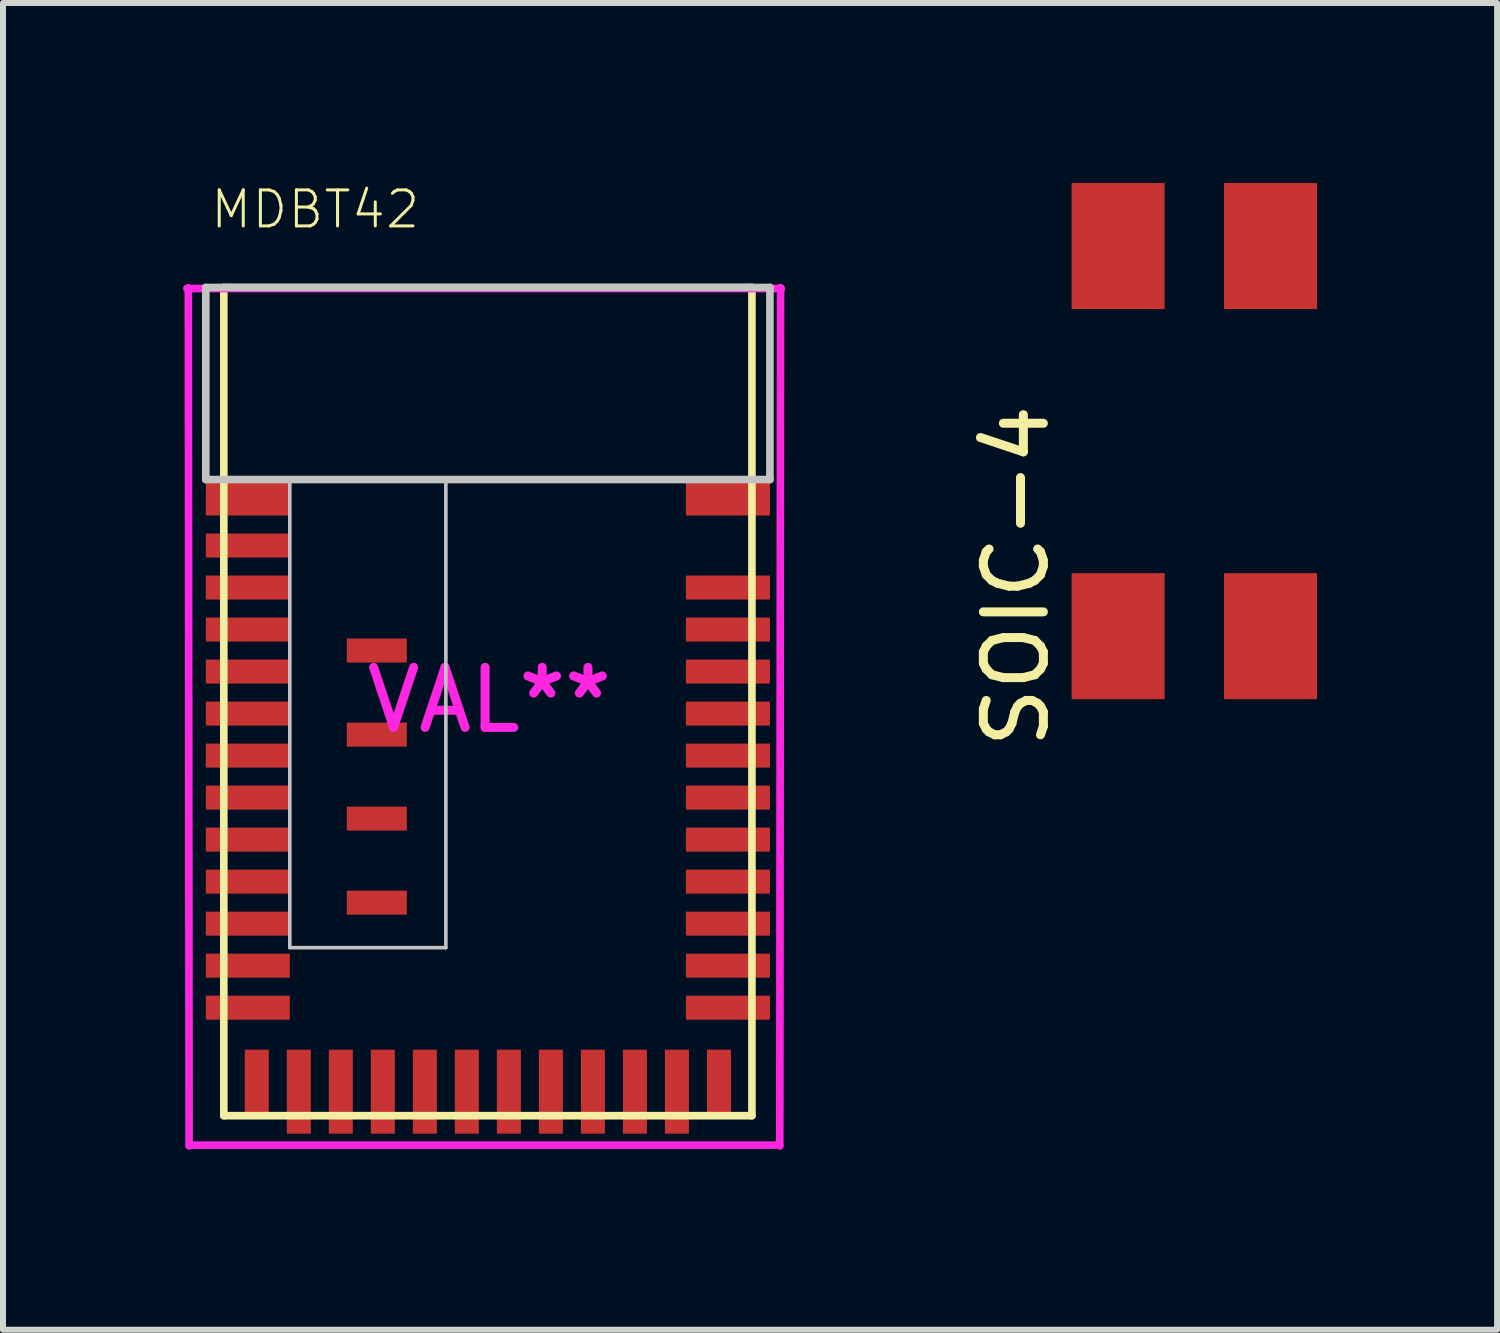
<source format=kicad_pcb>
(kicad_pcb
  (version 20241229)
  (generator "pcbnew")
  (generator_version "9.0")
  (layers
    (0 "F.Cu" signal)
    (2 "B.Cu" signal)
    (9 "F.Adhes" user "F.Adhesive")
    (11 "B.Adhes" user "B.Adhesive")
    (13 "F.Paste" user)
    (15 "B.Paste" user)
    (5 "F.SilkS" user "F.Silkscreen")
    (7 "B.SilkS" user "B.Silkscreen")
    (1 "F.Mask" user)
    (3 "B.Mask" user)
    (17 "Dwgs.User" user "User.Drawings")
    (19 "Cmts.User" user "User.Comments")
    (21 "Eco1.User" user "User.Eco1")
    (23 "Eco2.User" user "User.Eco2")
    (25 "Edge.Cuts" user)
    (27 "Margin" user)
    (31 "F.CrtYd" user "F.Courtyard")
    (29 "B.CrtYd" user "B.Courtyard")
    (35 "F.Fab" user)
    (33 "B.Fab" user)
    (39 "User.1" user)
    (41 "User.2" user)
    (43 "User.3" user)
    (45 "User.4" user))
  (footprint "MDBT42"
    (layer "F.Cu")
    (at 5.079 8.64)
    (property "Reference" "MDBT42" (at -2.876 -8.201 0) (layer "F.SilkS") (effects (font (size 0.6 0.6) (thickness 0.05))))
    (attr smd)
    (fp_line (start -4.4 -6.9) (end 4.4 -6.9) (stroke (width 0.127) (type solid)) (layer "F.SilkS"))
    (fp_line (start -4.4 6.9) (end -4.4 -6.9) (stroke (width 0.127) (type solid)) (layer "F.SilkS"))
    (fp_line (start -4.4 6.9) (end 4.4 6.9) (stroke (width 0.127) (type solid)) (layer "F.SilkS"))
    (fp_line (start 4.4 6.9) (end 4.4 -6.9) (stroke (width 0.127) (type solid)) (layer "F.SilkS"))
    (fp_line (start -4.7 -6.9) (end 4.7 -6.9) (stroke (width 0.127) (type solid)) (layer "Dwgs.User"))
    (fp_line (start -4.7 -3.7) (end -4.7 -6.9) (stroke (width 0.127) (type solid)) (layer "Dwgs.User"))
    (fp_line (start -4.7 -3.7) (end 4.7 -3.7) (stroke (width 0.127) (type solid)) (layer "Dwgs.User"))
    (fp_line (start -3.3 -3.7) (end -0.7 -3.7) (stroke (width 0.06) (type solid)) (layer "Dwgs.User"))
    (fp_line (start -3.3 4.1) (end -3.3 -3.7) (stroke (width 0.06) (type solid)) (layer "Dwgs.User"))
    (fp_line (start -0.7 -3.7) (end -0.7 4.1) (stroke (width 0.06) (type solid)) (layer "Dwgs.User"))
    (fp_line (start -0.7 4.1) (end -3.3 4.1) (stroke (width 0.06) (type solid)) (layer "Dwgs.User"))
    (fp_line (start 4.7 -6.9) (end 4.7 -3.7) (stroke (width 0.127) (type solid)) (layer "Dwgs.User"))
    (fp_line (start -5.015 -6.883) (end 4.889 -6.883) (stroke (width 0.127) (type solid)) (layer "F.CrtYd"))
    (fp_line (start -4.978 7.391) (end 4.864 7.391) (stroke (width 0.127) (type solid)) (layer "F.CrtYd"))
    (fp_line (start -4.978 7.404) (end -4.991 -6.896) (stroke (width 0.127) (type solid)) (layer "F.CrtYd"))
    (fp_line (start 4.864 7.404) (end 4.877 -6.896) (stroke (width 0.127) (type solid)) (layer "F.CrtYd"))
    (fp_text user "VAL**" (at 0.025 -0.025 0) (layer "F.CrtYd") (effects (font (size 1 1) (thickness 0.15))))
    (pad "1" smd rect (at -4 -3.4) (size 1.4 0.6) (layers "F.Cu" "F.Mask" "F.Paste"))
    (pad "2" smd rect (at -4 -2.6) (size 1.4 0.4) (layers "F.Cu" "F.Mask" "F.Paste"))
    (pad "3" smd rect (at -4 -1.9) (size 1.4 0.4) (layers "F.Cu" "F.Mask" "F.Paste"))
    (pad "4" smd rect (at -4 -1.2) (size 1.4 0.4) (layers "F.Cu" "F.Mask" "F.Paste"))
    (pad "5" smd rect (at -4 -0.5) (size 1.4 0.4) (layers "F.Cu" "F.Mask" "F.Paste"))
    (pad "6" smd rect (at -4 0.2) (size 1.4 0.4) (layers "F.Cu" "F.Mask" "F.Paste"))
    (pad "7" smd rect (at -4 0.9) (size 1.4 0.4) (layers "F.Cu" "F.Mask" "F.Paste"))
    (pad "8" smd rect (at -4 1.6) (size 1.4 0.4) (layers "F.Cu" "F.Mask" "F.Paste"))
    (pad "9" smd rect (at -4 2.3) (size 1.4 0.4) (layers "F.Cu" "F.Mask" "F.Paste"))
    (pad "10" smd rect (at -4 3) (size 1.4 0.4) (layers "F.Cu" "F.Mask" "F.Paste"))
    (pad "11" smd rect (at -4 3.7) (size 1.4 0.4) (layers "F.Cu" "F.Mask" "F.Paste"))
    (pad "12" smd rect (at -4 4.4) (size 1.4 0.4) (layers "F.Cu" "F.Mask" "F.Paste"))
    (pad "13" smd rect (at -4 5.1) (size 1.4 0.4) (layers "F.Cu" "F.Mask" "F.Paste"))
    (pad "14" smd rect (at -3.85 6.35 90) (size 1.1 0.4) (layers "F.Cu" "F.Mask" "F.Paste"))
    (pad "15" smd rect (at -3.15 6.5 90) (size 1.4 0.4) (layers "F.Cu" "F.Mask" "F.Paste"))
    (pad "16" smd rect (at -2.45 6.5 90) (size 1.4 0.4) (layers "F.Cu" "F.Mask" "F.Paste"))
    (pad "17" smd rect (at -1.75 6.5 90) (size 1.4 0.4) (layers "F.Cu" "F.Mask" "F.Paste"))
    (pad "18" smd rect (at -1.05 6.5 90) (size 1.4 0.4) (layers "F.Cu" "F.Mask" "F.Paste"))
    (pad "19" smd rect (at -0.35 6.5 90) (size 1.4 0.4) (layers "F.Cu" "F.Mask" "F.Paste"))
    (pad "20" smd rect (at 0.35 6.5 90) (size 1.4 0.4) (layers "F.Cu" "F.Mask" "F.Paste"))
    (pad "21" smd rect (at 1.05 6.5 90) (size 1.4 0.4) (layers "F.Cu" "F.Mask" "F.Paste"))
    (pad "22" smd rect (at 1.75 6.5 90) (size 1.4 0.4) (layers "F.Cu" "F.Mask" "F.Paste"))
    (pad "23" smd rect (at 2.45 6.5 90) (size 1.4 0.4) (layers "F.Cu" "F.Mask" "F.Paste"))
    (pad "24" smd rect (at 3.15 6.5 90) (size 1.4 0.4) (layers "F.Cu" "F.Mask" "F.Paste"))
    (pad "25" smd rect (at 3.85 6.35 90) (size 1.1 0.4) (layers "F.Cu" "F.Mask" "F.Paste"))
    (pad "26" smd rect (at 4 5.1) (size 1.4 0.4) (layers "F.Cu" "F.Mask" "F.Paste"))
    (pad "27" smd rect (at 4 4.4) (size 1.4 0.4) (layers "F.Cu" "F.Mask" "F.Paste"))
    (pad "28" smd rect (at 4 3.7) (size 1.4 0.4) (layers "F.Cu" "F.Mask" "F.Paste"))
    (pad "29" smd rect (at 4 3) (size 1.4 0.4) (layers "F.Cu" "F.Mask" "F.Paste"))
    (pad "30" smd rect (at 4 2.3) (size 1.4 0.4) (layers "F.Cu" "F.Mask" "F.Paste"))
    (pad "31" smd rect (at 4 1.6) (size 1.4 0.4) (layers "F.Cu" "F.Mask" "F.Paste"))
    (pad "32" smd rect (at 4 0.9) (size 1.4 0.4) (layers "F.Cu" "F.Mask" "F.Paste"))
    (pad "33" smd rect (at 4 0.2) (size 1.4 0.4) (layers "F.Cu" "F.Mask" "F.Paste"))
    (pad "34" smd rect (at 4 -0.5) (size 1.4 0.4) (layers "F.Cu" "F.Mask" "F.Paste"))
    (pad "35" smd rect (at 4 -1.2) (size 1.4 0.4) (layers "F.Cu" "F.Mask" "F.Paste"))
    (pad "36" smd rect (at 4 -1.9) (size 1.4 0.4) (layers "F.Cu" "F.Mask" "F.Paste"))
    (pad "37" smd rect (at 4 -3.4) (size 1.4 0.6) (layers "F.Cu" "F.Mask" "F.Paste"))
    (pad "38" smd rect (at -1.85 -0.85) (size 1 0.4) (layers "F.Cu" "F.Mask" "F.Paste"))
    (pad "39" smd rect (at -1.85 0.55) (size 1 0.4) (layers "F.Cu" "F.Mask" "F.Paste"))
    (pad "40" smd rect (at -1.85 1.95) (size 1 0.4) (layers "F.Cu" "F.Mask" "F.Paste"))
    (pad "41" smd rect (at -1.85 3.35) (size 1 0.4) (layers "F.Cu" "F.Mask" "F.Paste")))
  (footprint "SOIC-4"
    (layer "F.Cu")
    (at 15.58 7.55)
    (property "Reference" "SOIC-4" (at -1.7 -1 90) (layer "F.SilkS") (effects (font (size 1 1) (thickness 0.15))))
    (attr through_hole)
    (pad "1" smd rect (at 0 0) (size 1.55 2.1) (layers "F.Cu" "F.Mask" "F.Paste"))
    (pad "2" smd rect (at 2.54 0) (size 1.55 2.1) (layers "F.Cu" "F.Mask" "F.Paste"))
    (pad "3" smd rect (at 2.54 -6.5) (size 1.55 2.1) (layers "F.Cu" "F.Mask" "F.Paste"))
    (pad "4" smd rect (at 0 -6.5) (size 1.55 2.1) (layers "F.Cu" "F.Mask" "F.Paste")))
  (gr_rect
    (start -3 -3)
    (end 21.895 19.107)
    (stroke (width 0.1) (type default))
    (fill no)
    (layer "Edge.Cuts")))
</source>
